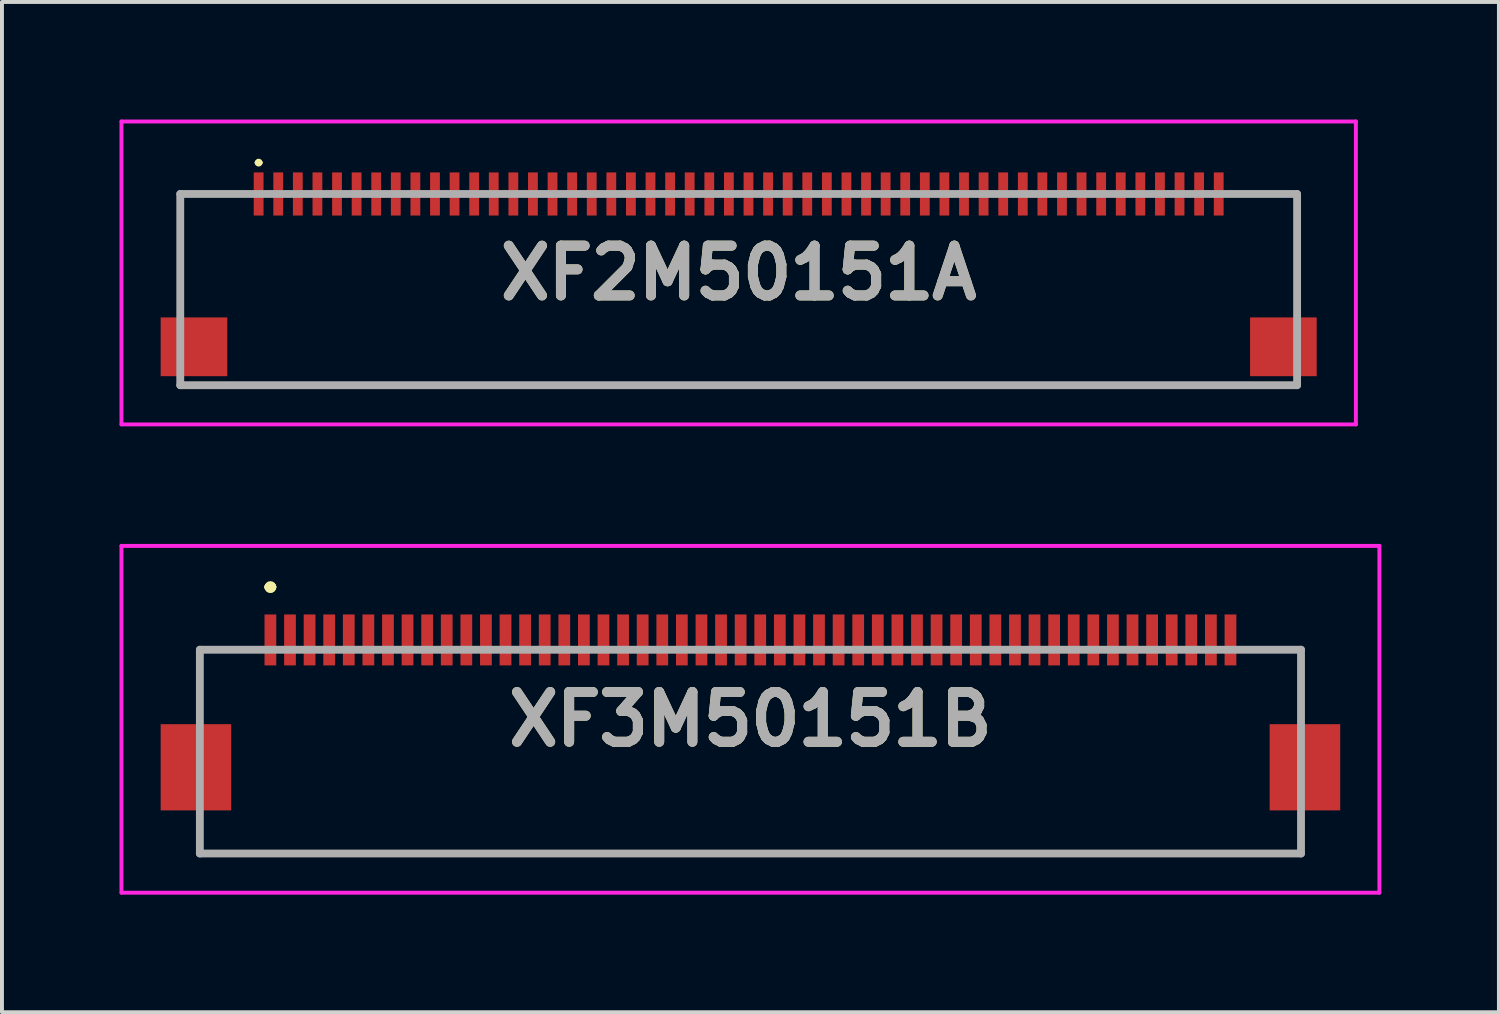
<source format=kicad_pcb>
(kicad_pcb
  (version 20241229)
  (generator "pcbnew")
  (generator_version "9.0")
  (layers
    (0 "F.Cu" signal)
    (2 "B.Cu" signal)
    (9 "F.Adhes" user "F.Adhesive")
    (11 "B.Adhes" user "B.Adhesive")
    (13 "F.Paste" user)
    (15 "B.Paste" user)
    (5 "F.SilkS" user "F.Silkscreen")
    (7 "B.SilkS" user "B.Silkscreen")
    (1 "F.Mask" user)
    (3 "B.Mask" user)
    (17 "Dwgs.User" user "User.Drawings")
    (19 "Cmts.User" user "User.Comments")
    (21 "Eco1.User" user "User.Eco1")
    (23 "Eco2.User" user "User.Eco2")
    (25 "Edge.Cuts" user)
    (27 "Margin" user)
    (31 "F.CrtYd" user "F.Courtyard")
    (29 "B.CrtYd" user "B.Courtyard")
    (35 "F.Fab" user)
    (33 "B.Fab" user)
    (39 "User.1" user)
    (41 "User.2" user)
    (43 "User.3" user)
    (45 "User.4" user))
  (footprint "XF3M50151B"
    (layer "F.Cu")
    (at 16.1 16.13)
    (property "Reference" "XF3M50151B" (at 0 -0.825 0) (layer "F.SilkS") (effects (font (size 1.27 1.27) (thickness 0.254))))
    (attr smd)
    (fp_line (start -14.05 -2.6) (end -14.05 -2.6) (stroke (width 0.1) (type solid)) (layer "F.SilkS"))
    (fp_line (start -14.05 -2.6) (end -14.05 -2.6) (stroke (width 0.1) (type solid)) (layer "F.SilkS"))
    (fp_line (start -14.05 -2.6) (end -14.05 -1.5) (stroke (width 0.1) (type solid)) (layer "F.SilkS"))
    (fp_line (start -14.05 -2.6) (end -13.25 -2.6) (stroke (width 0.1) (type solid)) (layer "F.SilkS"))
    (fp_line (start -14.05 -1.5) (end -14.05 -2.6) (stroke (width 0.1) (type solid)) (layer "F.SilkS"))
    (fp_line (start -14.05 -1.5) (end -14.05 -1.5) (stroke (width 0.1) (type solid)) (layer "F.SilkS"))
    (fp_line (start -14 2.6) (end -14 2.6) (stroke (width 0.1) (type solid)) (layer "F.SilkS"))
    (fp_line (start -14 2.6) (end 14.05 2.6) (stroke (width 0.1) (type solid)) (layer "F.SilkS"))
    (fp_line (start -13.25 -2.6) (end -14.05 -2.6) (stroke (width 0.1) (type solid)) (layer "F.SilkS"))
    (fp_line (start -13.25 -2.6) (end -13.25 -2.6) (stroke (width 0.1) (type solid)) (layer "F.SilkS"))
    (fp_line (start -12.3 -4.2) (end -12.3 -4.2) (stroke (width 0.2) (type solid)) (layer "F.SilkS"))
    (fp_line (start -12.3 -4.2) (end -12.3 -4.2) (stroke (width 0.2) (type solid)) (layer "F.SilkS"))
    (fp_line (start -12.2 -4.2) (end -12.2 -4.2) (stroke (width 0.2) (type solid)) (layer "F.SilkS"))
    (fp_line (start 13 -2.6) (end 13 -2.6) (stroke (width 0.1) (type solid)) (layer "F.SilkS"))
    (fp_line (start 13 -2.6) (end 14.05 -2.6) (stroke (width 0.1) (type solid)) (layer "F.SilkS"))
    (fp_line (start 14.05 -2.6) (end 13 -2.6) (stroke (width 0.1) (type solid)) (layer "F.SilkS"))
    (fp_line (start 14.05 -2.6) (end 14.05 -2.6) (stroke (width 0.1) (type solid)) (layer "F.SilkS"))
    (fp_line (start 14.05 -2.6) (end 14.05 -2.6) (stroke (width 0.1) (type solid)) (layer "F.SilkS"))
    (fp_line (start 14.05 -2.6) (end 14.05 -1.5) (stroke (width 0.1) (type solid)) (layer "F.SilkS"))
    (fp_line (start 14.05 -1.5) (end 14.05 -2.6) (stroke (width 0.1) (type solid)) (layer "F.SilkS"))
    (fp_line (start 14.05 -1.5) (end 14.05 -1.5) (stroke (width 0.1) (type solid)) (layer "F.SilkS"))
    (fp_line (start 14.05 2.6) (end -14 2.6) (stroke (width 0.1) (type solid)) (layer "F.SilkS"))
    (fp_line (start 14.05 2.6) (end 14.05 2.6) (stroke (width 0.1) (type solid)) (layer "F.SilkS"))
    (fp_arc (start -12.3 -4.2) (mid -12.25 -4.25) (end -12.2 -4.2) (stroke (width 0.2) (type solid)) (layer "F.SilkS"))
    (fp_arc (start -12.2 -4.2) (mid -12.25 -4.15) (end -12.3 -4.2) (stroke (width 0.2) (type solid)) (layer "F.SilkS"))
    (fp_arc (start -12.2 -4.2) (mid -12.25 -4.15) (end -12.3 -4.2) (stroke (width 0.2) (type solid)) (layer "F.SilkS"))
    (fp_line (start -16.05 -5.25) (end 16.05 -5.25) (stroke (width 0.1) (type solid)) (layer "F.CrtYd"))
    (fp_line (start -16.05 3.6) (end -16.05 -5.25) (stroke (width 0.1) (type solid)) (layer "F.CrtYd"))
    (fp_line (start 16.05 -5.25) (end 16.05 3.6) (stroke (width 0.1) (type solid)) (layer "F.CrtYd"))
    (fp_line (start 16.05 3.6) (end -16.05 3.6) (stroke (width 0.1) (type solid)) (layer "F.CrtYd"))
    (fp_line (start -14.05 -2.6) (end -14.05 2.6) (stroke (width 0.2) (type solid)) (layer "F.Fab"))
    (fp_line (start -14.05 2.6) (end 14.05 2.6) (stroke (width 0.2) (type solid)) (layer "F.Fab"))
    (fp_line (start 14.05 -2.6) (end -14.05 -2.6) (stroke (width 0.2) (type solid)) (layer "F.Fab"))
    (fp_line (start 14.05 2.6) (end 14.05 -2.6) (stroke (width 0.2) (type solid)) (layer "F.Fab"))
    (fp_text user "${REFERENCE}" (at 0 -0.825 0) (layer "F.Fab") (effects (font (size 1.27 1.27) (thickness 0.254))))
    (pad "1" smd rect (at -12.25 -2.85) (size 0.3 1.3) (layers "F.Cu" "F.Mask" "F.Paste"))
    (pad "2" smd rect (at -11.75 -2.85) (size 0.3 1.3) (layers "F.Cu" "F.Mask" "F.Paste"))
    (pad "3" smd rect (at -11.25 -2.85) (size 0.3 1.3) (layers "F.Cu" "F.Mask" "F.Paste"))
    (pad "4" smd rect (at -10.75 -2.85) (size 0.3 1.3) (layers "F.Cu" "F.Mask" "F.Paste"))
    (pad "5" smd rect (at -10.25 -2.85) (size 0.3 1.3) (layers "F.Cu" "F.Mask" "F.Paste"))
    (pad "6" smd rect (at -9.75 -2.85) (size 0.3 1.3) (layers "F.Cu" "F.Mask" "F.Paste"))
    (pad "7" smd rect (at -9.25 -2.85) (size 0.3 1.3) (layers "F.Cu" "F.Mask" "F.Paste"))
    (pad "8" smd rect (at -8.75 -2.85) (size 0.3 1.3) (layers "F.Cu" "F.Mask" "F.Paste"))
    (pad "9" smd rect (at -8.25 -2.85) (size 0.3 1.3) (layers "F.Cu" "F.Mask" "F.Paste"))
    (pad "10" smd rect (at -7.75 -2.85) (size 0.3 1.3) (layers "F.Cu" "F.Mask" "F.Paste"))
    (pad "11" smd rect (at -7.25 -2.85) (size 0.3 1.3) (layers "F.Cu" "F.Mask" "F.Paste"))
    (pad "12" smd rect (at -6.75 -2.85) (size 0.3 1.3) (layers "F.Cu" "F.Mask" "F.Paste"))
    (pad "13" smd rect (at -6.25 -2.85) (size 0.3 1.3) (layers "F.Cu" "F.Mask" "F.Paste"))
    (pad "14" smd rect (at -5.75 -2.85) (size 0.3 1.3) (layers "F.Cu" "F.Mask" "F.Paste"))
    (pad "15" smd rect (at -5.25 -2.85) (size 0.3 1.3) (layers "F.Cu" "F.Mask" "F.Paste"))
    (pad "16" smd rect (at -4.75 -2.85) (size 0.3 1.3) (layers "F.Cu" "F.Mask" "F.Paste"))
    (pad "17" smd rect (at -4.25 -2.85) (size 0.3 1.3) (layers "F.Cu" "F.Mask" "F.Paste"))
    (pad "18" smd rect (at -3.75 -2.85) (size 0.3 1.3) (layers "F.Cu" "F.Mask" "F.Paste"))
    (pad "19" smd rect (at -3.25 -2.85) (size 0.3 1.3) (layers "F.Cu" "F.Mask" "F.Paste"))
    (pad "20" smd rect (at -2.75 -2.85) (size 0.3 1.3) (layers "F.Cu" "F.Mask" "F.Paste"))
    (pad "21" smd rect (at -2.25 -2.85) (size 0.3 1.3) (layers "F.Cu" "F.Mask" "F.Paste"))
    (pad "22" smd rect (at -1.75 -2.85) (size 0.3 1.3) (layers "F.Cu" "F.Mask" "F.Paste"))
    (pad "23" smd rect (at -1.25 -2.85) (size 0.3 1.3) (layers "F.Cu" "F.Mask" "F.Paste"))
    (pad "24" smd rect (at -0.75 -2.85) (size 0.3 1.3) (layers "F.Cu" "F.Mask" "F.Paste"))
    (pad "25" smd rect (at -0.25 -2.85) (size 0.3 1.3) (layers "F.Cu" "F.Mask" "F.Paste"))
    (pad "26" smd rect (at 0.25 -2.85) (size 0.3 1.3) (layers "F.Cu" "F.Mask" "F.Paste"))
    (pad "27" smd rect (at 0.75 -2.85) (size 0.3 1.3) (layers "F.Cu" "F.Mask" "F.Paste"))
    (pad "28" smd rect (at 1.25 -2.85) (size 0.3 1.3) (layers "F.Cu" "F.Mask" "F.Paste"))
    (pad "29" smd rect (at 1.75 -2.85) (size 0.3 1.3) (layers "F.Cu" "F.Mask" "F.Paste"))
    (pad "30" smd rect (at 2.25 -2.85) (size 0.3 1.3) (layers "F.Cu" "F.Mask" "F.Paste"))
    (pad "31" smd rect (at 2.75 -2.85) (size 0.3 1.3) (layers "F.Cu" "F.Mask" "F.Paste"))
    (pad "32" smd rect (at 3.25 -2.85) (size 0.3 1.3) (layers "F.Cu" "F.Mask" "F.Paste"))
    (pad "33" smd rect (at 3.75 -2.85) (size 0.3 1.3) (layers "F.Cu" "F.Mask" "F.Paste"))
    (pad "34" smd rect (at 4.25 -2.85) (size 0.3 1.3) (layers "F.Cu" "F.Mask" "F.Paste"))
    (pad "35" smd rect (at 4.75 -2.85) (size 0.3 1.3) (layers "F.Cu" "F.Mask" "F.Paste"))
    (pad "36" smd rect (at 5.25 -2.85) (size 0.3 1.3) (layers "F.Cu" "F.Mask" "F.Paste"))
    (pad "37" smd rect (at 5.75 -2.85) (size 0.3 1.3) (layers "F.Cu" "F.Mask" "F.Paste"))
    (pad "38" smd rect (at 6.25 -2.85) (size 0.3 1.3) (layers "F.Cu" "F.Mask" "F.Paste"))
    (pad "39" smd rect (at 6.75 -2.85) (size 0.3 1.3) (layers "F.Cu" "F.Mask" "F.Paste"))
    (pad "40" smd rect (at 7.25 -2.85) (size 0.3 1.3) (layers "F.Cu" "F.Mask" "F.Paste"))
    (pad "41" smd rect (at 7.75 -2.85) (size 0.3 1.3) (layers "F.Cu" "F.Mask" "F.Paste"))
    (pad "42" smd rect (at 8.25 -2.85) (size 0.3 1.3) (layers "F.Cu" "F.Mask" "F.Paste"))
    (pad "43" smd rect (at 8.75 -2.85) (size 0.3 1.3) (layers "F.Cu" "F.Mask" "F.Paste"))
    (pad "44" smd rect (at 9.25 -2.85) (size 0.3 1.3) (layers "F.Cu" "F.Mask" "F.Paste"))
    (pad "45" smd rect (at 9.75 -2.85) (size 0.3 1.3) (layers "F.Cu" "F.Mask" "F.Paste"))
    (pad "46" smd rect (at 10.25 -2.85) (size 0.3 1.3) (layers "F.Cu" "F.Mask" "F.Paste"))
    (pad "47" smd rect (at 10.75 -2.85) (size 0.3 1.3) (layers "F.Cu" "F.Mask" "F.Paste"))
    (pad "48" smd rect (at 11.25 -2.85) (size 0.3 1.3) (layers "F.Cu" "F.Mask" "F.Paste"))
    (pad "49" smd rect (at 11.75 -2.85) (size 0.3 1.3) (layers "F.Cu" "F.Mask" "F.Paste"))
    (pad "50" smd rect (at 12.25 -2.85) (size 0.3 1.3) (layers "F.Cu" "F.Mask" "F.Paste"))
    (pad "MP1" smd rect (at -14.15 0.4) (size 1.8 2.2) (layers "F.Cu" "F.Mask" "F.Paste"))
    (pad "MP2" smd rect (at 14.15 0.4) (size 1.8 2.2) (layers "F.Cu" "F.Mask" "F.Paste")))
  (footprint "XF2M50151A"
    (layer "F.Cu")
    (at 15.8 3.915)
    (property "Reference" "XF2M50151A" (at 0 0 0) (layer "F.SilkS") (effects (font (size 1.27 1.27) (thickness 0.254))))
    (attr smd)
    (fp_line (start -14.25 -2.015) (end -14.25 0.525) (stroke (width 0.1) (type solid)) (layer "F.SilkS"))
    (fp_line (start -14.25 2.865) (end 14.25 2.865) (stroke (width 0.1) (type solid)) (layer "F.SilkS"))
    (fp_line (start -13 -2.015) (end -14.25 -2.015) (stroke (width 0.1) (type solid)) (layer "F.SilkS"))
    (fp_line (start -12.3 -2.815) (end -12.3 -2.815) (stroke (width 0.1) (type solid)) (layer "F.SilkS"))
    (fp_line (start -12.2 -2.815) (end -12.2 -2.815) (stroke (width 0.1) (type solid)) (layer "F.SilkS"))
    (fp_line (start 13.045 -2.015) (end 14.25 -2.015) (stroke (width 0.1) (type solid)) (layer "F.SilkS"))
    (fp_line (start 14.25 -2.015) (end 14.25 0.525) (stroke (width 0.1) (type solid)) (layer "F.SilkS"))
    (fp_arc (start -12.3 -2.815) (mid -12.25 -2.865) (end -12.2 -2.815) (stroke (width 0.1) (type solid)) (layer "F.SilkS"))
    (fp_arc (start -12.2 -2.815) (mid -12.25 -2.765) (end -12.3 -2.815) (stroke (width 0.1) (type solid)) (layer "F.SilkS"))
    (fp_line (start -15.75 -3.865) (end 15.75 -3.865) (stroke (width 0.1) (type solid)) (layer "F.CrtYd"))
    (fp_line (start -15.75 3.865) (end -15.75 -3.865) (stroke (width 0.1) (type solid)) (layer "F.CrtYd"))
    (fp_line (start 15.75 -3.865) (end 15.75 3.865) (stroke (width 0.1) (type solid)) (layer "F.CrtYd"))
    (fp_line (start 15.75 3.865) (end -15.75 3.865) (stroke (width 0.1) (type solid)) (layer "F.CrtYd"))
    (fp_line (start -14.25 -2.015) (end 14.25 -2.015) (stroke (width 0.2) (type solid)) (layer "F.Fab"))
    (fp_line (start -14.25 2.865) (end -14.25 -2.015) (stroke (width 0.2) (type solid)) (layer "F.Fab"))
    (fp_line (start 14.25 -2.015) (end 14.25 2.865) (stroke (width 0.2) (type solid)) (layer "F.Fab"))
    (fp_line (start 14.25 2.865) (end -14.25 2.865) (stroke (width 0.2) (type solid)) (layer "F.Fab"))
    (fp_text user "${REFERENCE}" (at 0 0 0) (layer "F.Fab") (effects (font (size 1.27 1.27) (thickness 0.254))))
    (pad "1" smd rect (at -12.25 -2.015) (size 0.25 1.1) (layers "F.Cu" "F.Mask" "F.Paste"))
    (pad "2" smd rect (at -11.75 -2.015) (size 0.25 1.1) (layers "F.Cu" "F.Mask" "F.Paste"))
    (pad "3" smd rect (at -11.25 -2.015) (size 0.25 1.1) (layers "F.Cu" "F.Mask" "F.Paste"))
    (pad "4" smd rect (at -10.75 -2.015) (size 0.25 1.1) (layers "F.Cu" "F.Mask" "F.Paste"))
    (pad "5" smd rect (at -10.25 -2.015) (size 0.25 1.1) (layers "F.Cu" "F.Mask" "F.Paste"))
    (pad "6" smd rect (at -9.75 -2.015) (size 0.25 1.1) (layers "F.Cu" "F.Mask" "F.Paste"))
    (pad "7" smd rect (at -9.25 -2.015) (size 0.25 1.1) (layers "F.Cu" "F.Mask" "F.Paste"))
    (pad "8" smd rect (at -8.75 -2.015) (size 0.25 1.1) (layers "F.Cu" "F.Mask" "F.Paste"))
    (pad "9" smd rect (at -8.25 -2.015) (size 0.25 1.1) (layers "F.Cu" "F.Mask" "F.Paste"))
    (pad "10" smd rect (at -7.75 -2.015) (size 0.25 1.1) (layers "F.Cu" "F.Mask" "F.Paste"))
    (pad "11" smd rect (at -7.25 -2.015) (size 0.25 1.1) (layers "F.Cu" "F.Mask" "F.Paste"))
    (pad "12" smd rect (at -6.75 -2.015) (size 0.25 1.1) (layers "F.Cu" "F.Mask" "F.Paste"))
    (pad "13" smd rect (at -6.25 -2.015) (size 0.25 1.1) (layers "F.Cu" "F.Mask" "F.Paste"))
    (pad "14" smd rect (at -5.75 -2.015) (size 0.25 1.1) (layers "F.Cu" "F.Mask" "F.Paste"))
    (pad "15" smd rect (at -5.25 -2.015) (size 0.25 1.1) (layers "F.Cu" "F.Mask" "F.Paste"))
    (pad "16" smd rect (at -4.75 -2.015) (size 0.25 1.1) (layers "F.Cu" "F.Mask" "F.Paste"))
    (pad "17" smd rect (at -4.25 -2.015) (size 0.25 1.1) (layers "F.Cu" "F.Mask" "F.Paste"))
    (pad "18" smd rect (at -3.75 -2.015) (size 0.25 1.1) (layers "F.Cu" "F.Mask" "F.Paste"))
    (pad "19" smd rect (at -3.25 -2.015) (size 0.25 1.1) (layers "F.Cu" "F.Mask" "F.Paste"))
    (pad "20" smd rect (at -2.75 -2.015) (size 0.25 1.1) (layers "F.Cu" "F.Mask" "F.Paste"))
    (pad "21" smd rect (at -2.25 -2.015) (size 0.25 1.1) (layers "F.Cu" "F.Mask" "F.Paste"))
    (pad "22" smd rect (at -1.75 -2.015) (size 0.25 1.1) (layers "F.Cu" "F.Mask" "F.Paste"))
    (pad "23" smd rect (at -1.25 -2.015) (size 0.25 1.1) (layers "F.Cu" "F.Mask" "F.Paste"))
    (pad "24" smd rect (at -0.75 -2.015) (size 0.25 1.1) (layers "F.Cu" "F.Mask" "F.Paste"))
    (pad "25" smd rect (at -0.25 -2.015) (size 0.25 1.1) (layers "F.Cu" "F.Mask" "F.Paste"))
    (pad "26" smd rect (at 0.25 -2.015) (size 0.25 1.1) (layers "F.Cu" "F.Mask" "F.Paste"))
    (pad "27" smd rect (at 0.75 -2.015) (size 0.25 1.1) (layers "F.Cu" "F.Mask" "F.Paste"))
    (pad "28" smd rect (at 1.25 -2.015) (size 0.25 1.1) (layers "F.Cu" "F.Mask" "F.Paste"))
    (pad "29" smd rect (at 1.75 -2.015) (size 0.25 1.1) (layers "F.Cu" "F.Mask" "F.Paste"))
    (pad "30" smd rect (at 2.25 -2.015) (size 0.25 1.1) (layers "F.Cu" "F.Mask" "F.Paste"))
    (pad "31" smd rect (at 2.75 -2.015) (size 0.25 1.1) (layers "F.Cu" "F.Mask" "F.Paste"))
    (pad "32" smd rect (at 3.25 -2.015) (size 0.25 1.1) (layers "F.Cu" "F.Mask" "F.Paste"))
    (pad "33" smd rect (at 3.75 -2.015) (size 0.25 1.1) (layers "F.Cu" "F.Mask" "F.Paste"))
    (pad "34" smd rect (at 4.25 -2.015) (size 0.25 1.1) (layers "F.Cu" "F.Mask" "F.Paste"))
    (pad "35" smd rect (at 4.75 -2.015) (size 0.25 1.1) (layers "F.Cu" "F.Mask" "F.Paste"))
    (pad "36" smd rect (at 5.25 -2.015) (size 0.25 1.1) (layers "F.Cu" "F.Mask" "F.Paste"))
    (pad "37" smd rect (at 5.75 -2.015) (size 0.25 1.1) (layers "F.Cu" "F.Mask" "F.Paste"))
    (pad "38" smd rect (at 6.25 -2.015) (size 0.25 1.1) (layers "F.Cu" "F.Mask" "F.Paste"))
    (pad "39" smd rect (at 6.75 -2.015) (size 0.25 1.1) (layers "F.Cu" "F.Mask" "F.Paste"))
    (pad "40" smd rect (at 7.25 -2.015) (size 0.25 1.1) (layers "F.Cu" "F.Mask" "F.Paste"))
    (pad "41" smd rect (at 7.75 -2.015) (size 0.25 1.1) (layers "F.Cu" "F.Mask" "F.Paste"))
    (pad "42" smd rect (at 8.25 -2.015) (size 0.25 1.1) (layers "F.Cu" "F.Mask" "F.Paste"))
    (pad "43" smd rect (at 8.75 -2.015) (size 0.25 1.1) (layers "F.Cu" "F.Mask" "F.Paste"))
    (pad "44" smd rect (at 9.25 -2.015) (size 0.25 1.1) (layers "F.Cu" "F.Mask" "F.Paste"))
    (pad "45" smd rect (at 9.75 -2.015) (size 0.25 1.1) (layers "F.Cu" "F.Mask" "F.Paste"))
    (pad "46" smd rect (at 10.25 -2.015) (size 0.25 1.1) (layers "F.Cu" "F.Mask" "F.Paste"))
    (pad "47" smd rect (at 10.75 -2.015) (size 0.25 1.1) (layers "F.Cu" "F.Mask" "F.Paste"))
    (pad "48" smd rect (at 11.25 -2.015) (size 0.25 1.1) (layers "F.Cu" "F.Mask" "F.Paste"))
    (pad "49" smd rect (at 11.75 -2.015) (size 0.25 1.1) (layers "F.Cu" "F.Mask" "F.Paste"))
    (pad "50" smd rect (at 12.25 -2.015) (size 0.25 1.1) (layers "F.Cu" "F.Mask" "F.Paste"))
    (pad "51" smd rect (at -13.9 1.885 90) (size 1.5 1.7) (layers "F.Cu" "F.Mask" "F.Paste"))
    (pad "52" smd rect (at 13.9 1.885 90) (size 1.5 1.7) (layers "F.Cu" "F.Mask" "F.Paste")))
  (gr_rect
    (start -3 -3)
    (end 35.2 22.78)
    (stroke (width 0.1) (type default))
    (fill no)
    (layer "Edge.Cuts")))
</source>
